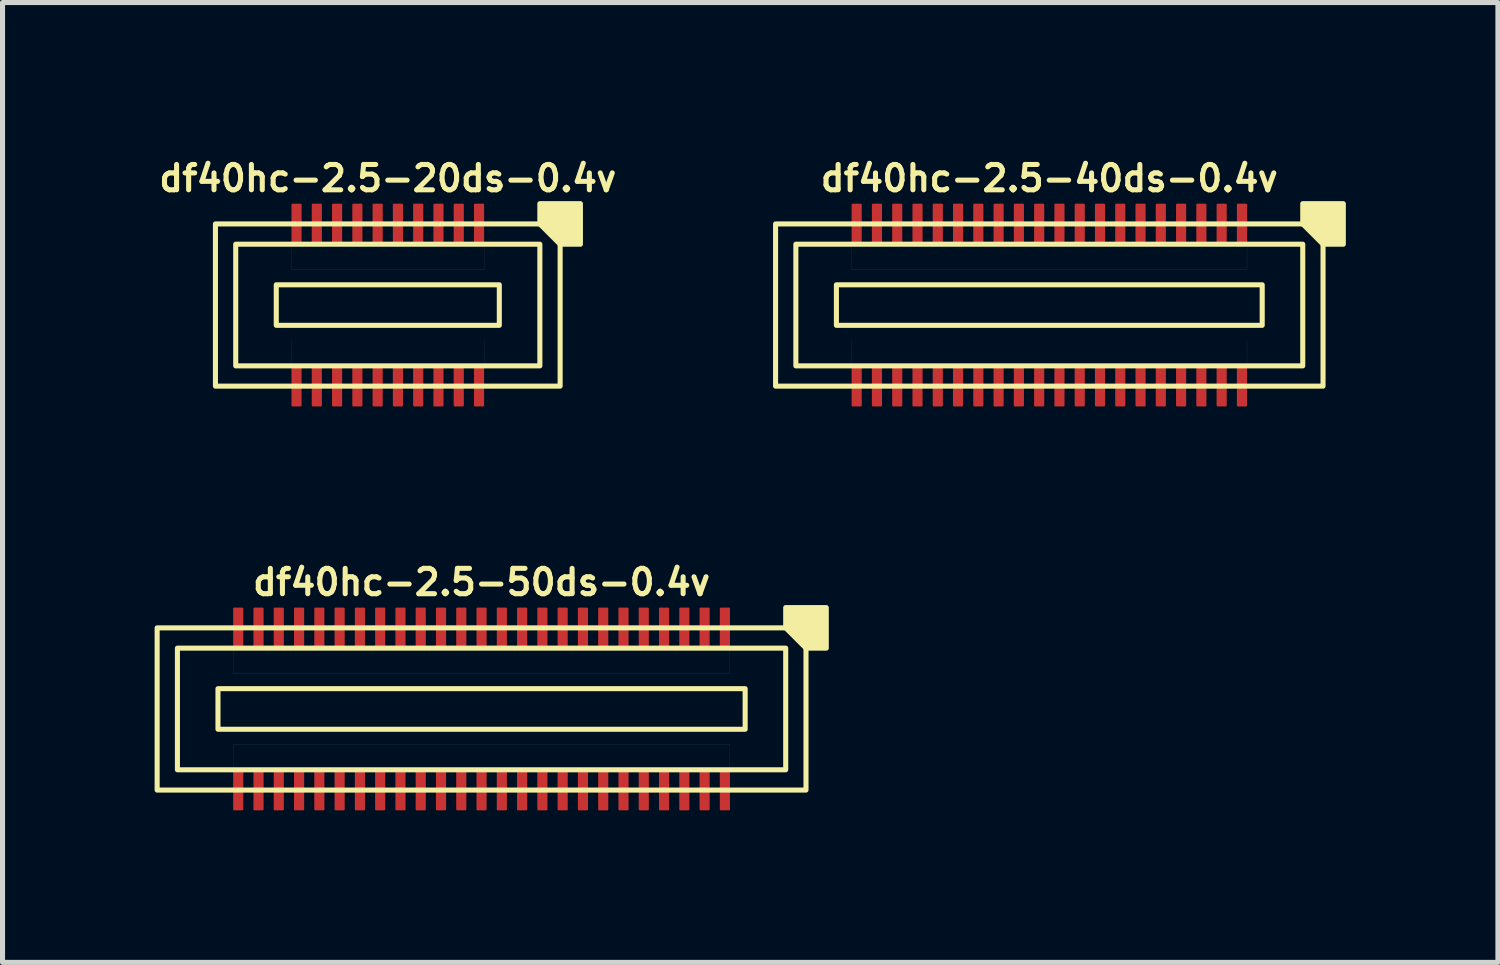
<source format=kicad_pcb>
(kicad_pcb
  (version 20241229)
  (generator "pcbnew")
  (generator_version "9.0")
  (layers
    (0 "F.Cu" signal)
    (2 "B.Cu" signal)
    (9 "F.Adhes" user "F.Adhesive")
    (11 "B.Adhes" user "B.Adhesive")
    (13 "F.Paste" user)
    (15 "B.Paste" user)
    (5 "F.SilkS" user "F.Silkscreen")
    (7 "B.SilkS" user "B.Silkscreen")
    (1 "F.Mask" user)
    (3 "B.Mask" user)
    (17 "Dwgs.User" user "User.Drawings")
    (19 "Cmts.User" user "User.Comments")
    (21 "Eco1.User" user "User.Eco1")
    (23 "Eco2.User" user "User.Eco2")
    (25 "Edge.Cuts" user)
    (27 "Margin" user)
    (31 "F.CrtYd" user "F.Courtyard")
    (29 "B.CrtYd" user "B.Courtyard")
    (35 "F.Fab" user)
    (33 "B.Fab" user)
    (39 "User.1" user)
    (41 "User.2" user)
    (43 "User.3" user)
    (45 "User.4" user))
  (footprint "df40hc-2.5-50ds-0.4v"
    (layer "F.Cu")
    (at 6.45 10.936)
    (property "Reference" "df40hc-2.5-50ds-0.4v" (at 0 -2.5 180) (layer "F.SilkS") (effects (font (size 0.5 0.5) (thickness 0.1))))
    (attr smd)
    (fp_rect (start -5.2 -0.4) (end 5.2 0.4) (stroke (width 0.1) (type default)) (fill no) (layer "F.SilkS"))
    (fp_rect (start 6 -1.2) (end -6 1.2) (stroke (width 0.1) (type default)) (fill no) (layer "F.SilkS"))
    (fp_rect (start 6.4 -1.6) (end -6.4 1.6) (stroke (width 0.1) (type default)) (fill no) (layer "F.SilkS"))
    (fp_poly (pts (xy 6 -1.6) (xy 6 -2) (xy 6.8 -2) (xy 6.8 -1.2) (xy 6.4 -1.2)) (stroke (width 0.1) (type solid)) (fill yes) (layer "F.SilkS"))
    (fp_poly (pts (xy -4.9 -1.2) (xy 4.9 -1.2) (xy 4.9 -0.7) (xy -4.9 -0.7)) (stroke (width 0.001) (type solid)) (fill no) (layer "Dwgs.User"))
    (fp_poly (pts (xy -4.9 0.7) (xy 4.9 0.7) (xy 4.9 1.2) (xy -4.9 1.2)) (stroke (width 0.001) (type solid)) (fill no) (layer "Dwgs.User"))
    (pad "1" smd roundrect (at 4.8 -1.6) (size 0.2 0.8) (layers "F.Cu" "F.Mask" "F.Paste") (roundrect_rratio 0.1))
    (pad "2" smd roundrect (at 4.8 1.6) (size 0.2 0.8) (layers "F.Cu" "F.Mask" "F.Paste") (roundrect_rratio 0.1))
    (pad "3" smd roundrect (at 4.4 -1.6) (size 0.2 0.8) (layers "F.Cu" "F.Mask" "F.Paste") (roundrect_rratio 0.1))
    (pad "4" smd roundrect (at 4.4 1.6) (size 0.2 0.8) (layers "F.Cu" "F.Mask" "F.Paste") (roundrect_rratio 0.1))
    (pad "5" smd roundrect (at 4 -1.6) (size 0.2 0.8) (layers "F.Cu" "F.Mask" "F.Paste") (roundrect_rratio 0.1))
    (pad "6" smd roundrect (at 4 1.6) (size 0.2 0.8) (layers "F.Cu" "F.Mask" "F.Paste") (roundrect_rratio 0.1))
    (pad "7" smd roundrect (at 3.6 -1.6) (size 0.2 0.8) (layers "F.Cu" "F.Mask" "F.Paste") (roundrect_rratio 0.1))
    (pad "8" smd roundrect (at 3.6 1.6) (size 0.2 0.8) (layers "F.Cu" "F.Mask" "F.Paste") (roundrect_rratio 0.1))
    (pad "9" smd roundrect (at 3.2 -1.6) (size 0.2 0.8) (layers "F.Cu" "F.Mask" "F.Paste") (roundrect_rratio 0.1))
    (pad "10" smd roundrect (at 3.2 1.6) (size 0.2 0.8) (layers "F.Cu" "F.Mask" "F.Paste") (roundrect_rratio 0.1))
    (pad "11" smd roundrect (at 2.8 -1.6) (size 0.2 0.8) (layers "F.Cu" "F.Mask" "F.Paste") (roundrect_rratio 0.1))
    (pad "12" smd roundrect (at 2.8 1.6) (size 0.2 0.8) (layers "F.Cu" "F.Mask" "F.Paste") (roundrect_rratio 0.1))
    (pad "13" smd roundrect (at 2.4 -1.6) (size 0.2 0.8) (layers "F.Cu" "F.Mask" "F.Paste") (roundrect_rratio 0.1))
    (pad "14" smd roundrect (at 2.4 1.6) (size 0.2 0.8) (layers "F.Cu" "F.Mask" "F.Paste") (roundrect_rratio 0.1))
    (pad "15" smd roundrect (at 2 -1.6) (size 0.2 0.8) (layers "F.Cu" "F.Mask" "F.Paste") (roundrect_rratio 0.1))
    (pad "16" smd roundrect (at 2 1.6) (size 0.2 0.8) (layers "F.Cu" "F.Mask" "F.Paste") (roundrect_rratio 0.1))
    (pad "17" smd roundrect (at 1.6 -1.6) (size 0.2 0.8) (layers "F.Cu" "F.Mask" "F.Paste") (roundrect_rratio 0.1))
    (pad "18" smd roundrect (at 1.6 1.6) (size 0.2 0.8) (layers "F.Cu" "F.Mask" "F.Paste") (roundrect_rratio 0.1))
    (pad "19" smd roundrect (at 1.2 -1.6) (size 0.2 0.8) (layers "F.Cu" "F.Mask" "F.Paste") (roundrect_rratio 0.1))
    (pad "20" smd roundrect (at 1.2 1.6) (size 0.2 0.8) (layers "F.Cu" "F.Mask" "F.Paste") (roundrect_rratio 0.1))
    (pad "21" smd roundrect (at 0.8 -1.6) (size 0.2 0.8) (layers "F.Cu" "F.Mask" "F.Paste") (roundrect_rratio 0.1))
    (pad "22" smd roundrect (at 0.8 1.6) (size 0.2 0.8) (layers "F.Cu" "F.Mask" "F.Paste") (roundrect_rratio 0.1))
    (pad "23" smd roundrect (at 0.4 -1.6) (size 0.2 0.8) (layers "F.Cu" "F.Mask" "F.Paste") (roundrect_rratio 0.1))
    (pad "24" smd roundrect (at 0.4 1.6) (size 0.2 0.8) (layers "F.Cu" "F.Mask" "F.Paste") (roundrect_rratio 0.1))
    (pad "25" smd roundrect (at 0 -1.6) (size 0.2 0.8) (layers "F.Cu" "F.Mask" "F.Paste") (roundrect_rratio 0.1))
    (pad "26" smd roundrect (at 0 1.6) (size 0.2 0.8) (layers "F.Cu" "F.Mask" "F.Paste") (roundrect_rratio 0.1))
    (pad "27" smd roundrect (at -0.4 -1.6) (size 0.2 0.8) (layers "F.Cu" "F.Mask" "F.Paste") (roundrect_rratio 0.1))
    (pad "28" smd roundrect (at -0.4 1.6) (size 0.2 0.8) (layers "F.Cu" "F.Mask" "F.Paste") (roundrect_rratio 0.1))
    (pad "29" smd roundrect (at -0.8 -1.6) (size 0.2 0.8) (layers "F.Cu" "F.Mask" "F.Paste") (roundrect_rratio 0.1))
    (pad "30" smd roundrect (at -0.8 1.6) (size 0.2 0.8) (layers "F.Cu" "F.Mask" "F.Paste") (roundrect_rratio 0.1))
    (pad "31" smd roundrect (at -1.2 -1.6) (size 0.2 0.8) (layers "F.Cu" "F.Mask" "F.Paste") (roundrect_rratio 0.1))
    (pad "32" smd roundrect (at -1.2 1.6) (size 0.2 0.8) (layers "F.Cu" "F.Mask" "F.Paste") (roundrect_rratio 0.1))
    (pad "33" smd roundrect (at -1.6 -1.6) (size 0.2 0.8) (layers "F.Cu" "F.Mask" "F.Paste") (roundrect_rratio 0.1))
    (pad "34" smd roundrect (at -1.6 1.6) (size 0.2 0.8) (layers "F.Cu" "F.Mask" "F.Paste") (roundrect_rratio 0.1))
    (pad "35" smd roundrect (at -2 -1.6) (size 0.2 0.8) (layers "F.Cu" "F.Mask" "F.Paste") (roundrect_rratio 0.1))
    (pad "36" smd roundrect (at -2 1.6) (size 0.2 0.8) (layers "F.Cu" "F.Mask" "F.Paste") (roundrect_rratio 0.1))
    (pad "37" smd roundrect (at -2.4 -1.6) (size 0.2 0.8) (layers "F.Cu" "F.Mask" "F.Paste") (roundrect_rratio 0.1))
    (pad "38" smd roundrect (at -2.4 1.6) (size 0.2 0.8) (layers "F.Cu" "F.Mask" "F.Paste") (roundrect_rratio 0.1))
    (pad "39" smd roundrect (at -2.8 -1.6) (size 0.2 0.8) (layers "F.Cu" "F.Mask" "F.Paste") (roundrect_rratio 0.1))
    (pad "40" smd roundrect (at -2.8 1.6) (size 0.2 0.8) (layers "F.Cu" "F.Mask" "F.Paste") (roundrect_rratio 0.1))
    (pad "41" smd roundrect (at -3.2 -1.6) (size 0.2 0.8) (layers "F.Cu" "F.Mask" "F.Paste") (roundrect_rratio 0.1))
    (pad "42" smd roundrect (at -3.2 1.6) (size 0.2 0.8) (layers "F.Cu" "F.Mask" "F.Paste") (roundrect_rratio 0.1))
    (pad "43" smd roundrect (at -3.6 -1.6) (size 0.2 0.8) (layers "F.Cu" "F.Mask" "F.Paste") (roundrect_rratio 0.1))
    (pad "44" smd roundrect (at -3.6 1.6) (size 0.2 0.8) (layers "F.Cu" "F.Mask" "F.Paste") (roundrect_rratio 0.1))
    (pad "45" smd roundrect (at -4 -1.6) (size 0.2 0.8) (layers "F.Cu" "F.Mask" "F.Paste") (roundrect_rratio 0.1))
    (pad "46" smd roundrect (at -4 1.6) (size 0.2 0.8) (layers "F.Cu" "F.Mask" "F.Paste") (roundrect_rratio 0.1))
    (pad "47" smd roundrect (at -4.4 -1.6) (size 0.2 0.8) (layers "F.Cu" "F.Mask" "F.Paste") (roundrect_rratio 0.1))
    (pad "48" smd roundrect (at -4.4 1.6) (size 0.2 0.8) (layers "F.Cu" "F.Mask" "F.Paste") (roundrect_rratio 0.1))
    (pad "49" smd roundrect (at -4.8 -1.6) (size 0.2 0.8) (layers "F.Cu" "F.Mask" "F.Paste") (roundrect_rratio 0.1))
    (pad "50" smd roundrect (at -4.8 1.6) (size 0.2 0.8) (layers "F.Cu" "F.Mask" "F.Paste") (roundrect_rratio 0.1)))
  (footprint "df40hc-2.5-20ds-0.4v"
    (layer "F.Cu")
    (at 4.6 2.968)
    (property "Reference" "df40hc-2.5-20ds-0.4v" (at 0 -2.5 180) (layer "F.SilkS") (effects (font (size 0.5 0.5) (thickness 0.1))))
    (attr smd)
    (fp_rect (start -2.2 -0.4) (end 2.2 0.4) (stroke (width 0.1) (type default)) (fill no) (layer "F.SilkS"))
    (fp_rect (start 3 -1.2) (end -3 1.2) (stroke (width 0.1) (type default)) (fill no) (layer "F.SilkS"))
    (fp_rect (start 3.4 -1.6) (end -3.4 1.6) (stroke (width 0.1) (type default)) (fill no) (layer "F.SilkS"))
    (fp_poly (pts (xy 3 -1.6) (xy 3 -2) (xy 3.8 -2) (xy 3.8 -1.2) (xy 3.4 -1.2)) (stroke (width 0.1) (type solid)) (fill yes) (layer "F.SilkS"))
    (fp_poly (pts (xy -1.9 -1.2) (xy 1.9 -1.2) (xy 1.9 -0.7) (xy -1.9 -0.7)) (stroke (width 0.001) (type solid)) (fill no) (layer "Dwgs.User"))
    (fp_poly (pts (xy -1.9 0.7) (xy 1.9 0.7) (xy 1.9 1.2) (xy -1.9 1.2)) (stroke (width 0.001) (type solid)) (fill no) (layer "Dwgs.User"))
    (pad "1" smd roundrect (at 1.8 -1.6) (size 0.2 0.8) (layers "F.Cu" "F.Mask" "F.Paste") (roundrect_rratio 0.1))
    (pad "2" smd roundrect (at 1.8 1.6) (size 0.2 0.8) (layers "F.Cu" "F.Mask" "F.Paste") (roundrect_rratio 0.1))
    (pad "3" smd roundrect (at 1.4 -1.6) (size 0.2 0.8) (layers "F.Cu" "F.Mask" "F.Paste") (roundrect_rratio 0.1))
    (pad "4" smd roundrect (at 1.4 1.6) (size 0.2 0.8) (layers "F.Cu" "F.Mask" "F.Paste") (roundrect_rratio 0.1))
    (pad "5" smd roundrect (at 1 -1.6) (size 0.2 0.8) (layers "F.Cu" "F.Mask" "F.Paste") (roundrect_rratio 0.1))
    (pad "6" smd roundrect (at 1 1.6) (size 0.2 0.8) (layers "F.Cu" "F.Mask" "F.Paste") (roundrect_rratio 0.1))
    (pad "7" smd roundrect (at 0.6 -1.6) (size 0.2 0.8) (layers "F.Cu" "F.Mask" "F.Paste") (roundrect_rratio 0.1))
    (pad "8" smd roundrect (at 0.6 1.6) (size 0.2 0.8) (layers "F.Cu" "F.Mask" "F.Paste") (roundrect_rratio 0.1))
    (pad "9" smd roundrect (at 0.2 -1.6) (size 0.2 0.8) (layers "F.Cu" "F.Mask" "F.Paste") (roundrect_rratio 0.1))
    (pad "10" smd roundrect (at 0.2 1.6) (size 0.2 0.8) (layers "F.Cu" "F.Mask" "F.Paste") (roundrect_rratio 0.1))
    (pad "11" smd roundrect (at -0.2 -1.6) (size 0.2 0.8) (layers "F.Cu" "F.Mask" "F.Paste") (roundrect_rratio 0.1))
    (pad "12" smd roundrect (at -0.2 1.6) (size 0.2 0.8) (layers "F.Cu" "F.Mask" "F.Paste") (roundrect_rratio 0.1))
    (pad "13" smd roundrect (at -0.6 -1.6) (size 0.2 0.8) (layers "F.Cu" "F.Mask" "F.Paste") (roundrect_rratio 0.1))
    (pad "14" smd roundrect (at -0.6 1.6) (size 0.2 0.8) (layers "F.Cu" "F.Mask" "F.Paste") (roundrect_rratio 0.1))
    (pad "15" smd roundrect (at -1 -1.6) (size 0.2 0.8) (layers "F.Cu" "F.Mask" "F.Paste") (roundrect_rratio 0.1))
    (pad "16" smd roundrect (at -1 1.6) (size 0.2 0.8) (layers "F.Cu" "F.Mask" "F.Paste") (roundrect_rratio 0.1))
    (pad "17" smd roundrect (at -1.4 -1.6) (size 0.2 0.8) (layers "F.Cu" "F.Mask" "F.Paste") (roundrect_rratio 0.1))
    (pad "18" smd roundrect (at -1.4 1.6) (size 0.2 0.8) (layers "F.Cu" "F.Mask" "F.Paste") (roundrect_rratio 0.1))
    (pad "19" smd roundrect (at -1.8 -1.6) (size 0.2 0.8) (layers "F.Cu" "F.Mask" "F.Paste") (roundrect_rratio 0.1))
    (pad "20" smd roundrect (at -1.8 1.6) (size 0.2 0.8) (layers "F.Cu" "F.Mask" "F.Paste") (roundrect_rratio 0.1)))
  (footprint "df40hc-2.5-40ds-0.4v"
    (layer "F.Cu")
    (at 17.65 2.968)
    (property "Reference" "df40hc-2.5-40ds-0.4v" (at 0 -2.5 180) (layer "F.SilkS") (effects (font (size 0.5 0.5) (thickness 0.1))))
    (attr smd)
    (fp_rect (start -4.2 -0.4) (end 4.2 0.4) (stroke (width 0.1) (type default)) (fill no) (layer "F.SilkS"))
    (fp_rect (start 5 -1.2) (end -5 1.2) (stroke (width 0.1) (type default)) (fill no) (layer "F.SilkS"))
    (fp_rect (start 5.4 -1.6) (end -5.4 1.6) (stroke (width 0.1) (type default)) (fill no) (layer "F.SilkS"))
    (fp_poly (pts (xy 5 -1.6) (xy 5 -2) (xy 5.8 -2) (xy 5.8 -1.2) (xy 5.4 -1.2)) (stroke (width 0.1) (type solid)) (fill yes) (layer "F.SilkS"))
    (fp_poly (pts (xy -3.9 -1.2) (xy 3.9 -1.2) (xy 3.9 -0.7) (xy -3.9 -0.7)) (stroke (width 0.001) (type solid)) (fill no) (layer "Dwgs.User"))
    (fp_poly (pts (xy -3.9 0.7) (xy 3.9 0.7) (xy 3.9 1.2) (xy -3.9 1.2)) (stroke (width 0.001) (type solid)) (fill no) (layer "Dwgs.User"))
    (pad "1" smd roundrect (at 3.8 -1.6) (size 0.2 0.8) (layers "F.Cu" "F.Mask" "F.Paste") (roundrect_rratio 0.1))
    (pad "2" smd roundrect (at 3.8 1.6) (size 0.2 0.8) (layers "F.Cu" "F.Mask" "F.Paste") (roundrect_rratio 0.1))
    (pad "3" smd roundrect (at 3.4 -1.6) (size 0.2 0.8) (layers "F.Cu" "F.Mask" "F.Paste") (roundrect_rratio 0.1))
    (pad "4" smd roundrect (at 3.4 1.6) (size 0.2 0.8) (layers "F.Cu" "F.Mask" "F.Paste") (roundrect_rratio 0.1))
    (pad "5" smd roundrect (at 3 -1.6) (size 0.2 0.8) (layers "F.Cu" "F.Mask" "F.Paste") (roundrect_rratio 0.1))
    (pad "6" smd roundrect (at 3 1.6) (size 0.2 0.8) (layers "F.Cu" "F.Mask" "F.Paste") (roundrect_rratio 0.1))
    (pad "7" smd roundrect (at 2.6 -1.6) (size 0.2 0.8) (layers "F.Cu" "F.Mask" "F.Paste") (roundrect_rratio 0.1))
    (pad "8" smd roundrect (at 2.6 1.6) (size 0.2 0.8) (layers "F.Cu" "F.Mask" "F.Paste") (roundrect_rratio 0.1))
    (pad "9" smd roundrect (at 2.2 -1.6) (size 0.2 0.8) (layers "F.Cu" "F.Mask" "F.Paste") (roundrect_rratio 0.1))
    (pad "10" smd roundrect (at 2.2 1.6) (size 0.2 0.8) (layers "F.Cu" "F.Mask" "F.Paste") (roundrect_rratio 0.1))
    (pad "11" smd roundrect (at 1.8 -1.6) (size 0.2 0.8) (layers "F.Cu" "F.Mask" "F.Paste") (roundrect_rratio 0.1))
    (pad "12" smd roundrect (at 1.8 1.6) (size 0.2 0.8) (layers "F.Cu" "F.Mask" "F.Paste") (roundrect_rratio 0.1))
    (pad "13" smd roundrect (at 1.4 -1.6) (size 0.2 0.8) (layers "F.Cu" "F.Mask" "F.Paste") (roundrect_rratio 0.1))
    (pad "14" smd roundrect (at 1.4 1.6) (size 0.2 0.8) (layers "F.Cu" "F.Mask" "F.Paste") (roundrect_rratio 0.1))
    (pad "15" smd roundrect (at 1 -1.6) (size 0.2 0.8) (layers "F.Cu" "F.Mask" "F.Paste") (roundrect_rratio 0.1))
    (pad "16" smd roundrect (at 1 1.6) (size 0.2 0.8) (layers "F.Cu" "F.Mask" "F.Paste") (roundrect_rratio 0.1))
    (pad "17" smd roundrect (at 0.6 -1.6) (size 0.2 0.8) (layers "F.Cu" "F.Mask" "F.Paste") (roundrect_rratio 0.1))
    (pad "18" smd roundrect (at 0.6 1.6) (size 0.2 0.8) (layers "F.Cu" "F.Mask" "F.Paste") (roundrect_rratio 0.1))
    (pad "19" smd roundrect (at 0.2 -1.6) (size 0.2 0.8) (layers "F.Cu" "F.Mask" "F.Paste") (roundrect_rratio 0.1))
    (pad "20" smd roundrect (at 0.2 1.6) (size 0.2 0.8) (layers "F.Cu" "F.Mask" "F.Paste") (roundrect_rratio 0.1))
    (pad "21" smd roundrect (at -0.2 -1.6) (size 0.2 0.8) (layers "F.Cu" "F.Mask" "F.Paste") (roundrect_rratio 0.1))
    (pad "22" smd roundrect (at -0.2 1.6) (size 0.2 0.8) (layers "F.Cu" "F.Mask" "F.Paste") (roundrect_rratio 0.1))
    (pad "23" smd roundrect (at -0.6 -1.6) (size 0.2 0.8) (layers "F.Cu" "F.Mask" "F.Paste") (roundrect_rratio 0.1))
    (pad "24" smd roundrect (at -0.6 1.6) (size 0.2 0.8) (layers "F.Cu" "F.Mask" "F.Paste") (roundrect_rratio 0.1))
    (pad "25" smd roundrect (at -1 -1.6) (size 0.2 0.8) (layers "F.Cu" "F.Mask" "F.Paste") (roundrect_rratio 0.1))
    (pad "26" smd roundrect (at -1 1.6) (size 0.2 0.8) (layers "F.Cu" "F.Mask" "F.Paste") (roundrect_rratio 0.1))
    (pad "27" smd roundrect (at -1.4 -1.6) (size 0.2 0.8) (layers "F.Cu" "F.Mask" "F.Paste") (roundrect_rratio 0.1))
    (pad "28" smd roundrect (at -1.4 1.6) (size 0.2 0.8) (layers "F.Cu" "F.Mask" "F.Paste") (roundrect_rratio 0.1))
    (pad "29" smd roundrect (at -1.8 -1.6) (size 0.2 0.8) (layers "F.Cu" "F.Mask" "F.Paste") (roundrect_rratio 0.1))
    (pad "30" smd roundrect (at -1.8 1.6) (size 0.2 0.8) (layers "F.Cu" "F.Mask" "F.Paste") (roundrect_rratio 0.1))
    (pad "31" smd roundrect (at -2.2 -1.6) (size 0.2 0.8) (layers "F.Cu" "F.Mask" "F.Paste") (roundrect_rratio 0.1))
    (pad "32" smd roundrect (at -2.2 1.6) (size 0.2 0.8) (layers "F.Cu" "F.Mask" "F.Paste") (roundrect_rratio 0.1))
    (pad "33" smd roundrect (at -2.6 -1.6) (size 0.2 0.8) (layers "F.Cu" "F.Mask" "F.Paste") (roundrect_rratio 0.1))
    (pad "34" smd roundrect (at -2.6 1.6) (size 0.2 0.8) (layers "F.Cu" "F.Mask" "F.Paste") (roundrect_rratio 0.1))
    (pad "35" smd roundrect (at -3 -1.6) (size 0.2 0.8) (layers "F.Cu" "F.Mask" "F.Paste") (roundrect_rratio 0.1))
    (pad "36" smd roundrect (at -3 1.6) (size 0.2 0.8) (layers "F.Cu" "F.Mask" "F.Paste") (roundrect_rratio 0.1))
    (pad "37" smd roundrect (at -3.4 -1.6) (size 0.2 0.8) (layers "F.Cu" "F.Mask" "F.Paste") (roundrect_rratio 0.1))
    (pad "38" smd roundrect (at -3.4 1.6) (size 0.2 0.8) (layers "F.Cu" "F.Mask" "F.Paste") (roundrect_rratio 0.1))
    (pad "39" smd roundrect (at -3.8 -1.6) (size 0.2 0.8) (layers "F.Cu" "F.Mask" "F.Paste") (roundrect_rratio 0.1))
    (pad "40" smd roundrect (at -3.8 1.6) (size 0.2 0.8) (layers "F.Cu" "F.Mask" "F.Paste") (roundrect_rratio 0.1)))
  (gr_rect
    (start -3 -3)
    (end 26.5 15.936)
    (stroke (width 0.1) (type default))
    (fill no)
    (layer "Edge.Cuts")))
</source>
